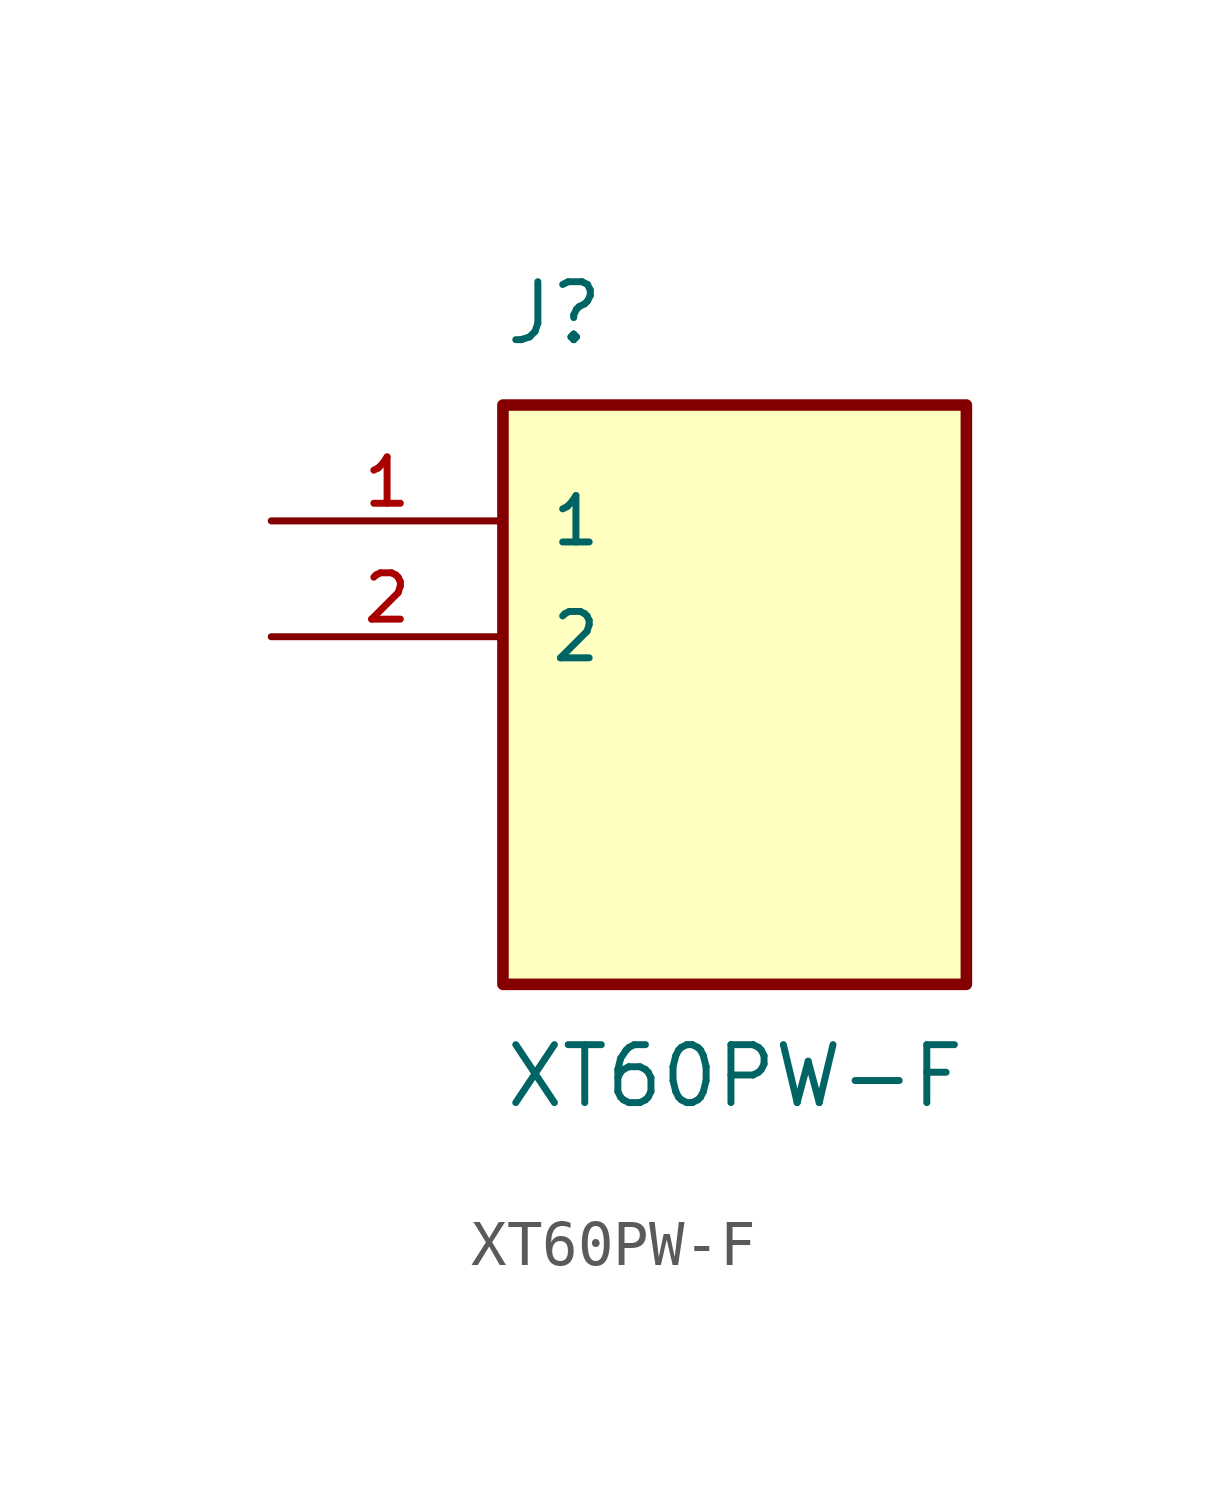
<source format=kicad_sym>
(kicad_symbol_lib
  (version 20211014)
  (generator kicad_symbol_editor)
  (symbol "XT60PW-F"
    (pin_names
      (offset 1.016))
    (property "Reference" "J"
      (at -5.08 6.35 0)
      (effects (font (size 1.27 1.27)) (justify left bottom)))
    (property "Value" "XT60PW-F"
      (at -5.08 -8.89 0)
      (effects (font (size 1.27 1.27)) (justify left top)))
    (symbol "XT60PW-F_0_0"
      (rectangle (start -5.08 -7.62) (end 5.08 5.08) (stroke (width 0.254) (type default) (color 0 0 0 0)) (fill (type background)))
      (pin passive line (at -10.16 2.54 0) (length 5.08) (name "1" (effects (font (size 1.016 1.016)))) (number "1" (effects (font (size 1.016 1.016)))))
      (pin passive line (at -10.16 0 0) (length 5.08) (name "2" (effects (font (size 1.016 1.016)))) (number "2" (effects (font (size 1.016 1.016))))))))
</source>
